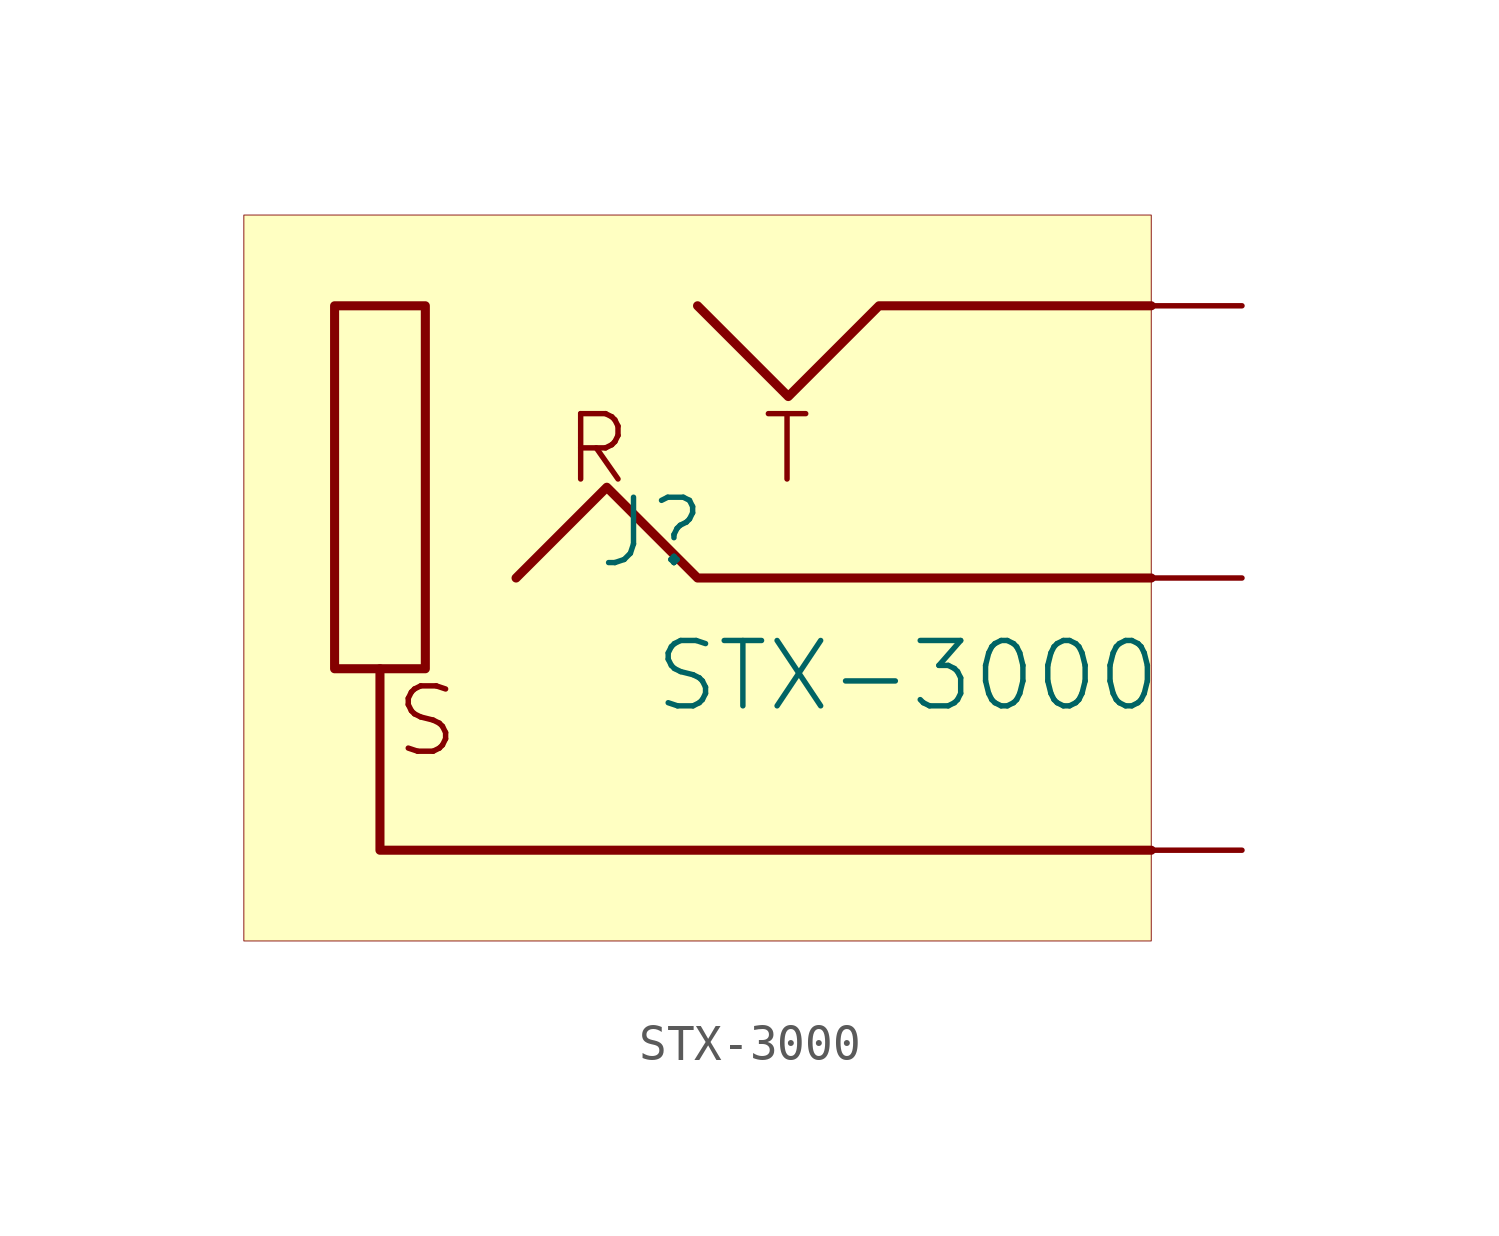
<source format=kicad_sym>
(kicad_symbol_lib
  (version 20231120)
  (generator "kicad_symbol_editor")
  (generator_version "8.0")
  (symbol "STX-3000"
    (property "Reference" "J"
      (at -1.27 1.27 0)
      (effects (font (size 1.829 1.829))))
    (property "Value" "STX-3000"
      (at -1.27 -3.81 0)
      (effects (font (size 1.829 1.829)) (justify left bottom)))
    (symbol "STX-3000_1_0"
      (polyline (pts (xy 12.7 -7.62) (xy -8.89 -7.62) (xy -8.89 -2.54)) (stroke (width 0.254) (type solid)) (fill (type none)))
      (polyline (pts (xy -5.08 0) (xy -2.54 2.54) (xy 0 0) (xy 12.7 0)) (stroke (width 0.254) (type solid)) (fill (type none)))
      (polyline (pts (xy 0 7.62) (xy 2.54 5.08) (xy 5.08 7.62) (xy 12.7 7.62)) (stroke (width 0.254) (type solid)) (fill (type none)))
      (polyline (pts (xy -10.16 2.54) (xy -10.16 7.62) (xy -7.62 7.62) (xy -7.62 -2.54) (xy -10.16 -2.54) (xy -10.16 2.54)) (stroke (width 0.254) (type solid)) (fill (type none)))
      (rectangle (start 12.7 10.16) (end -12.7 -10.16) (stroke (width 0.025) (type solid) (color 128 0 0 1)) (fill (type background)))
      (text "R" (at -1.778 2.54 0) (effects (font (size 1.829 1.829)) (justify right bottom)))
      (text "S" (at -6.604 -5.08 0) (effects (font (size 1.829 1.829)) (justify right bottom)))
      (text "T" (at 3.302 2.54 0) (effects (font (size 1.829 1.829)) (justify right bottom)))
      (pin passive line (at 15.24 0 180) (length 2.54) (name "R" (effects (font (size 0 0)))) (number "R" (effects (font (size 0 0)))))
      (pin passive line (at 15.24 -7.62 180) (length 2.54) (name "S" (effects (font (size 0 0)))) (number "S" (effects (font (size 0 0)))))
      (pin passive line (at 15.24 7.62 180) (length 2.54) (name "T" (effects (font (size 0 0)))) (number "T" (effects (font (size 0 0))))))))
</source>
